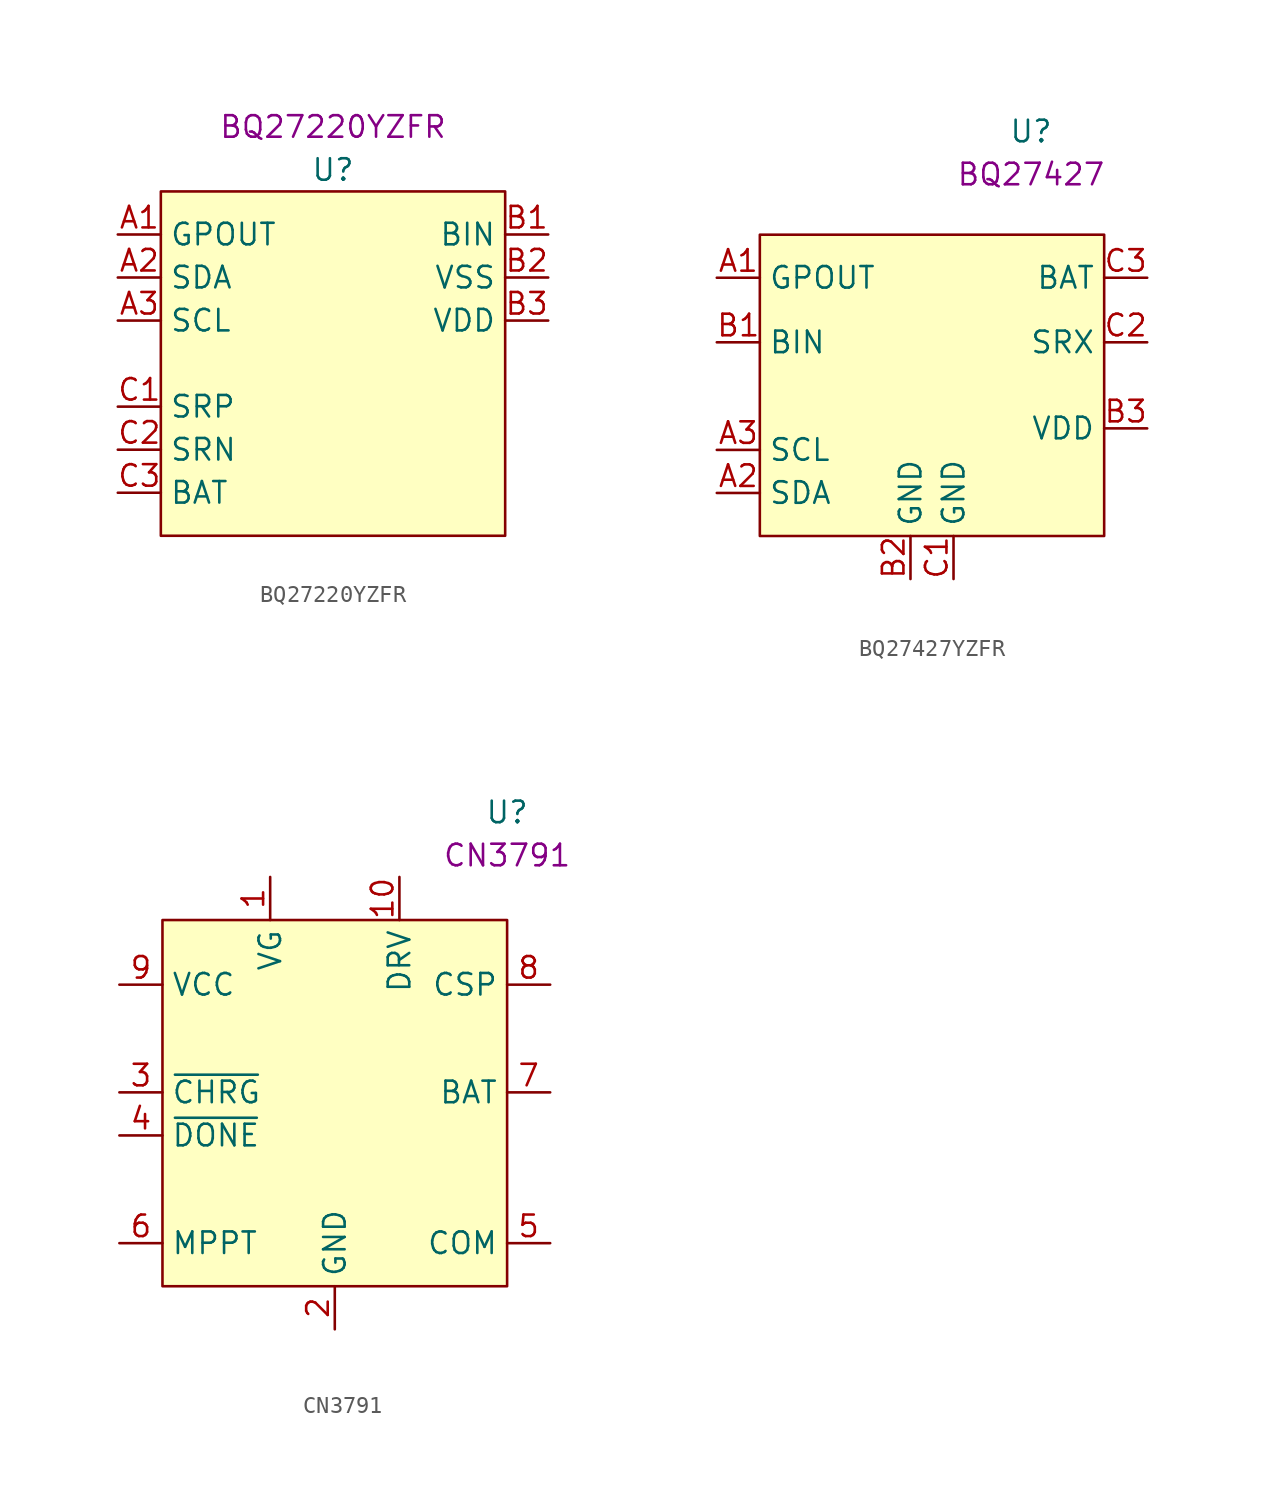
<source format=kicad_sym>
(kicad_symbol_lib
  (version 20231120)
  (generator "kicad_symbol_editor")
  (generator_version "8.0")
  (symbol "BQ27220YZFR"
    (property "Reference" "U"
      (at 0 11.43 0)
      (effects (font (size 1.27 1.27))))
    (property "UserValue" "BQ27220YZFR"
      (at 0 13.97 0)
      (effects (font (size 1.27 1.27))))
    (symbol "BQ27220YZFR_0_0"
      (pin output line (at -12.7 7.62 0) (length 2.54) (name "GPOUT" (effects (font (size 1.27 1.27)))) (number "A1" (effects (font (size 1.27 1.27)))))
      (pin bidirectional line (at -12.7 5.08 0) (length 2.54) (name "SDA" (effects (font (size 1.27 1.27)))) (number "A2" (effects (font (size 1.27 1.27)))))
      (pin input line (at -12.7 2.54 0) (length 2.54) (name "SCL" (effects (font (size 1.27 1.27)))) (number "A3" (effects (font (size 1.27 1.27)))))
      (pin output line (at 12.7 7.62 180) (length 2.54) (name "BIN" (effects (font (size 1.27 1.27)))) (number "B1" (effects (font (size 1.27 1.27)))))
      (pin power_in line (at 12.7 5.08 180) (length 2.54) (name "VSS" (effects (font (size 1.27 1.27)))) (number "B2" (effects (font (size 1.27 1.27)))))
      (pin power_in line (at 12.7 2.54 180) (length 2.54) (name "VDD" (effects (font (size 1.27 1.27)))) (number "B3" (effects (font (size 1.27 1.27)))))
      (pin input line (at -12.7 -2.54 0) (length 2.54) (name "SRP" (effects (font (size 1.27 1.27)))) (number "C1" (effects (font (size 1.27 1.27)))))
      (pin input line (at -12.7 -5.08 0) (length 2.54) (name "SRN" (effects (font (size 1.27 1.27)))) (number "C2" (effects (font (size 1.27 1.27)))))
      (pin input line (at -12.7 -7.62 0) (length 2.54) (name "BAT" (effects (font (size 1.27 1.27)))) (number "C3" (effects (font (size 1.27 1.27))))))
    (symbol "BQ27220YZFR_0_1"
      (rectangle (start -10.16 10.16) (end 10.16 -10.16) (stroke (width 0) (type default)) (fill (type background)))))
  (symbol "BQ27427YZFR"
    (property "Reference" "U"
      (at 5.842 14.986 0)
      (effects (font (size 1.27 1.27))))
    (property "UserValue" "BQ27427"
      (at 5.842 12.446 0)
      (effects (font (size 1.27 1.27))))
    (symbol "BQ27427YZFR_0_0"
      (pin output line (at -12.7 6.35 0) (length 2.54) (name "GPOUT" (effects (font (size 1.27 1.27)))) (number "A1" (effects (font (size 1.27 1.27)))))
      (pin bidirectional line (at -12.7 -6.35 0) (length 2.54) (name "SDA" (effects (font (size 1.27 1.27)))) (number "A2" (effects (font (size 1.27 1.27)))))
      (pin input line (at -12.7 -3.81 0) (length 2.54) (name "SCL" (effects (font (size 1.27 1.27)))) (number "A3" (effects (font (size 1.27 1.27)))))
      (pin input line (at -12.7 2.54 0) (length 2.54) (name "BIN" (effects (font (size 1.27 1.27)))) (number "B1" (effects (font (size 1.27 1.27)))))
      (pin power_in line (at -1.27 -11.43 90) (length 2.54) (name "GND" (effects (font (size 1.27 1.27)))) (number "B2" (effects (font (size 1.27 1.27)))))
      (pin power_out line (at 12.7 -2.54 180) (length 2.54) (name "VDD" (effects (font (size 1.27 1.27)))) (number "B3" (effects (font (size 1.27 1.27)))))
      (pin power_in line (at 1.27 -11.43 90) (length 2.54) (name "GND" (effects (font (size 1.27 1.27)))) (number "C1" (effects (font (size 1.27 1.27)))))
      (pin input line (at 12.7 2.54 180) (length 2.54) (name "SRX" (effects (font (size 1.27 1.27)))) (number "C2" (effects (font (size 1.27 1.27)))))
      (pin power_in line (at 12.7 6.35 180) (length 2.54) (name "BAT" (effects (font (size 1.27 1.27)))) (number "C3" (effects (font (size 1.27 1.27))))))
    (symbol "BQ27427YZFR_1_1"
      (rectangle (start -10.16 8.89) (end 10.16 -8.89) (stroke (width 0.152) (type default)) (fill (type background)))))
  (symbol "CN3791"
    (property "Reference" "U"
      (at 10.16 16.51 0)
      (effects (font (size 1.27 1.27))))
    (property "UserValue" "CN3791"
      (at 10.16 13.97 0)
      (effects (font (size 1.27 1.27))))
    (symbol "CN3791_0_0"
      (pin passive line (at -3.81 12.7 270) (length 2.54) (name "VG" (effects (font (size 1.27 1.27)))) (number "1" (effects (font (size 1.27 1.27)))))
      (pin output line (at 3.81 12.7 270) (length 2.54) (name "DRV" (effects (font (size 1.27 1.27)))) (number "10" (effects (font (size 1.27 1.27)))))
      (pin power_in line (at 0 -13.97 90) (length 2.54) (name "GND" (effects (font (size 1.27 1.27)))) (number "2" (effects (font (size 1.27 1.27)))))
      (pin open_collector line (at -12.7 0 0) (length 2.54) (name "~{CHRG}" (effects (font (size 1.27 1.27)))) (number "3" (effects (font (size 1.27 1.27)))))
      (pin open_collector line (at -12.7 -2.54 0) (length 2.54) (name "~{DONE}" (effects (font (size 1.27 1.27)))) (number "4" (effects (font (size 1.27 1.27)))))
      (pin input line (at -12.7 -8.89 0) (length 2.54) (name "MPPT" (effects (font (size 1.27 1.27)))) (number "6" (effects (font (size 1.27 1.27)))))
      (pin input line (at 12.7 0 180) (length 2.54) (name "BAT" (effects (font (size 1.27 1.27)))) (number "7" (effects (font (size 1.27 1.27)))))
      (pin input line (at 12.7 6.35 180) (length 2.54) (name "CSP" (effects (font (size 1.27 1.27)))) (number "8" (effects (font (size 1.27 1.27)))))
      (pin power_in line (at -12.7 6.35 0) (length 2.54) (name "VCC" (effects (font (size 1.27 1.27)))) (number "9" (effects (font (size 1.27 1.27))))))
    (symbol "CN3791_1_0"
      (pin output line (at 12.7 -8.89 180) (length 2.54) (name "COM" (effects (font (size 1.27 1.27)))) (number "5" (effects (font (size 1.27 1.27))))))
    (symbol "CN3791_1_1"
      (rectangle (start -10.16 10.16) (end 10.16 -11.43) (stroke (width 0) (type default)) (fill (type background))))))
</source>
